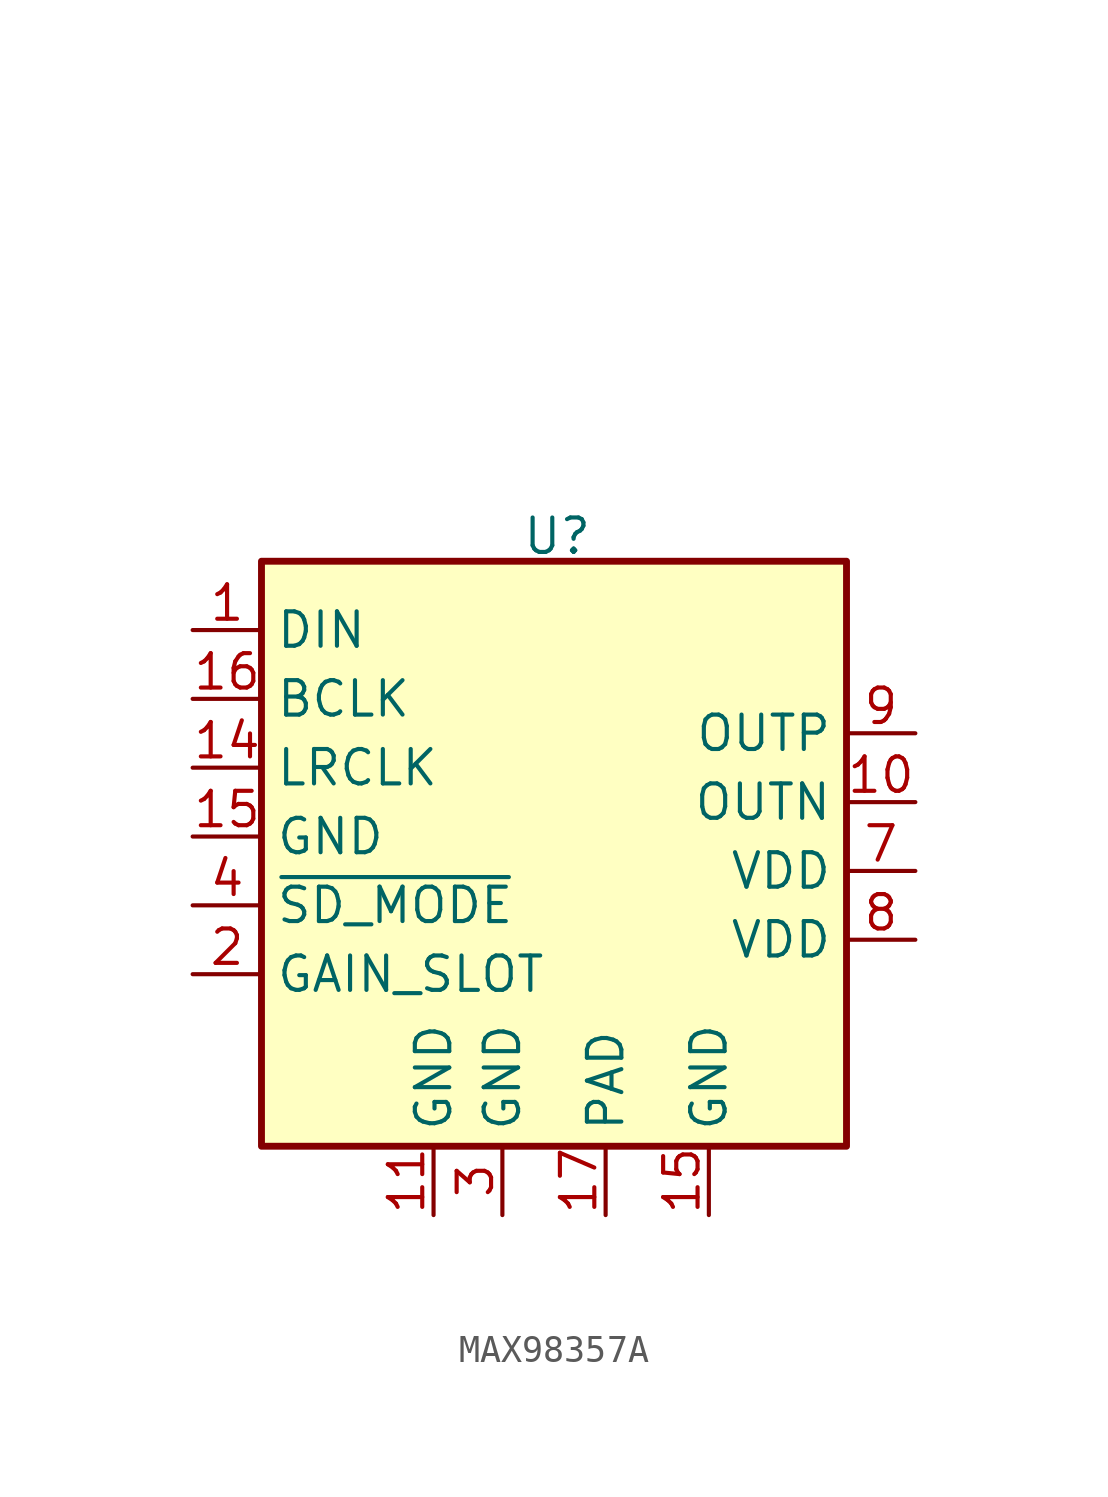
<source format=kicad_sym>
(kicad_symbol_lib
  (version 20241209)
  (generator "kicad_symbol_editor")
  (generator_version "9.0")
  (symbol "MAX98357A"
    (property "Reference" "U"
      (at 0.753 -11.777 0)
      (effects (font (size 1.27 1.27))))
    (property "Value" ""
      (at 0 0 0)
      (effects (font (size 1.27 1.27))))
    (symbol "MAX98357A_1_1"
      (rectangle (start -10.16 -12.7) (end 11.43 -34.29) (stroke (width 0.254) (type default)) (fill (type background)))
      (pin input line (at -12.7 -15.24 0) (length 2.54) (name "DIN" (effects (font (size 1.27 1.27)))) (number "1" (effects (font (size 1.27 1.27)))))
      (pin input line (at -12.7 -17.78 0) (length 2.54) (name "BCLK" (effects (font (size 1.27 1.27)))) (number "16" (effects (font (size 1.27 1.27)))))
      (pin input line (at -12.7 -20.32 0) (length 2.54) (name "LRCLK" (effects (font (size 1.27 1.27)))) (number "14" (effects (font (size 1.27 1.27)))))
      (pin input line (at -12.7 -22.86 0) (length 2.54) (name "GND" (effects (font (size 1.27 1.27)))) (number "15" (effects (font (size 1.27 1.27)))))
      (pin input line (at -12.7 -25.4 0) (length 2.54) (name "~{SD_MODE}" (effects (font (size 1.27 1.27)))) (number "4" (effects (font (size 1.27 1.27)))))
      (pin passive line (at -12.7 -27.94 0) (length 2.54) (name "GAIN_SLOT" (effects (font (size 1.27 1.27)))) (number "2" (effects (font (size 1.27 1.27)))))
      (pin input line (at -3.81 -36.83 90) (length 2.54) (name "GND" (effects (font (size 1.27 1.27)))) (number "11" (effects (font (size 1.27 1.27)))))
      (pin power_in line (at -1.27 -36.83 90) (length 2.54) (name "GND" (effects (font (size 1.27 1.27)))) (number "3" (effects (font (size 1.27 1.27)))))
      (pin unspecified line (at 2.54 -36.83 90) (length 2.54) (name "PAD" (effects (font (size 1.27 1.27)))) (number "17" (effects (font (size 1.27 1.27)))))
      (pin input line (at 6.35 -36.83 90) (length 2.54) (name "GND" (effects (font (size 1.27 1.27)))) (number "15" (effects (font (size 1.27 1.27)))))
      (pin output line (at 13.97 -19.05 180) (length 2.54) (name "OUTP" (effects (font (size 1.27 1.27)))) (number "9" (effects (font (size 1.27 1.27)))))
      (pin output line (at 13.97 -21.59 180) (length 2.54) (name "OUTN" (effects (font (size 1.27 1.27)))) (number "10" (effects (font (size 1.27 1.27)))))
      (pin no_connect line (at 13.97 -24.13 180) (length 2.54) (hide yes) (name "NC" (effects (font (size 1.27 1.27)))) (number "5" (effects (font (size 1.27 1.27)))))
      (pin power_in line (at 13.97 -24.13 180) (length 2.54) (name "VDD" (effects (font (size 1.27 1.27)))) (number "7" (effects (font (size 1.27 1.27)))))
      (pin no_connect line (at 13.97 -26.67 180) (length 2.54) (hide yes) (name "NC" (effects (font (size 1.27 1.27)))) (number "6" (effects (font (size 1.27 1.27)))))
      (pin passive line (at 13.97 -26.67 180) (length 2.54) (name "VDD" (effects (font (size 1.27 1.27)))) (number "8" (effects (font (size 1.27 1.27)))))
      (pin no_connect line (at 13.97 -27.94 180) (length 2.54) (hide yes) (name "NC" (effects (font (size 1.27 1.27)))) (number "12" (effects (font (size 1.27 1.27)))))
      (pin no_connect line (at 13.97 -29.21 180) (length 2.54) (hide yes) (name "NC" (effects (font (size 1.27 1.27)))) (number "13" (effects (font (size 1.27 1.27))))))))
</source>
